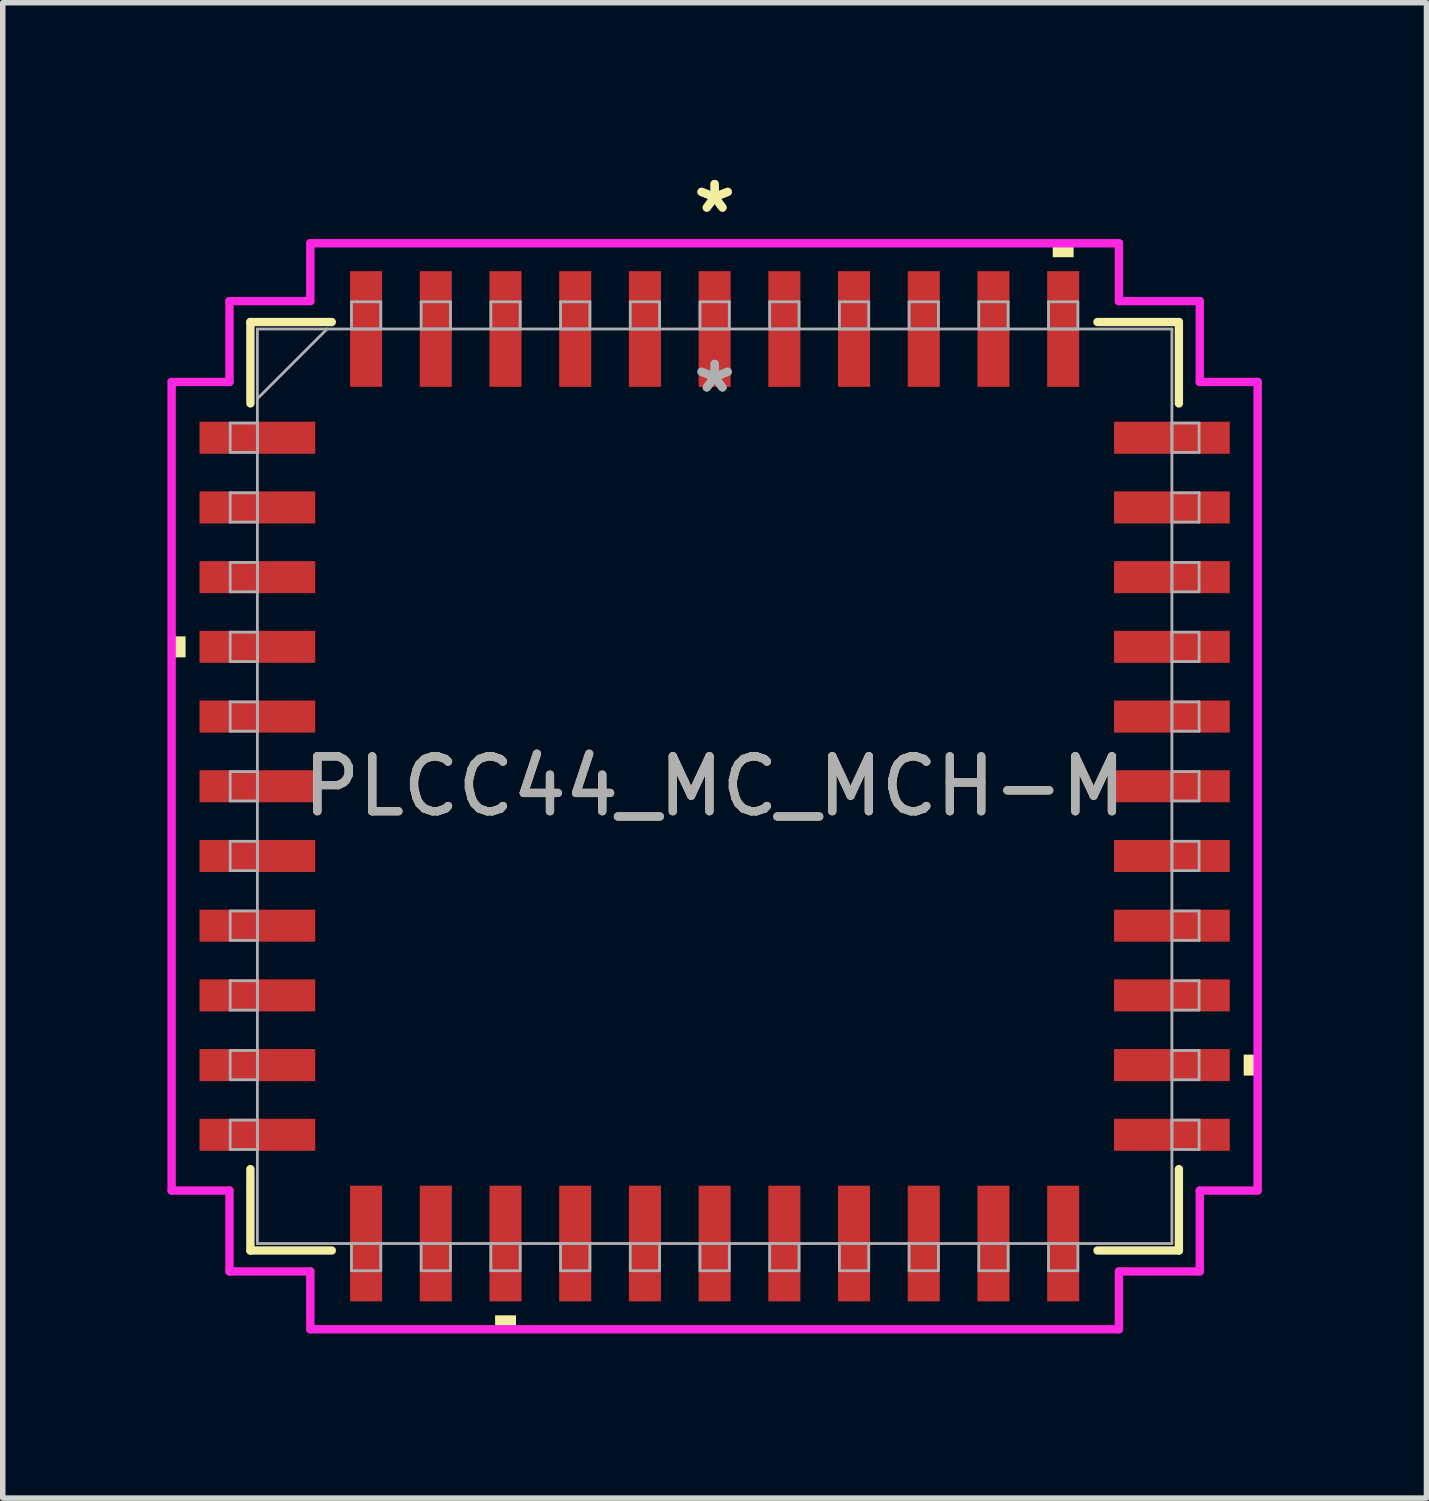
<source format=kicad_pcb>
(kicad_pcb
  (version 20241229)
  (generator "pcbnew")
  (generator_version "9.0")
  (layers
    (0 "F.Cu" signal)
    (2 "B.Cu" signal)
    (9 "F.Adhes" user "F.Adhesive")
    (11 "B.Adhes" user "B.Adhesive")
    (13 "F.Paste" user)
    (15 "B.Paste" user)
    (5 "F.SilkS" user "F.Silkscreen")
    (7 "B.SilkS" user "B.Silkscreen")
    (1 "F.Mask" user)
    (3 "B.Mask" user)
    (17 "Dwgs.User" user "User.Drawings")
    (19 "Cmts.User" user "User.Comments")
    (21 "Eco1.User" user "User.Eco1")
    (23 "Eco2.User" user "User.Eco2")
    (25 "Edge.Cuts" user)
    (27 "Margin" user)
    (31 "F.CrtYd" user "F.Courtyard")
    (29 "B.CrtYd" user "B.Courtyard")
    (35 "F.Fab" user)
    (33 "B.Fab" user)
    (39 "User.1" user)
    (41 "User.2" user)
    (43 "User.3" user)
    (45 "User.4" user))
  (footprint "PLCC44_MC_MCH-M"
    (layer "F.Cu")
    (at 9.97 11.275)
    (property "Reference" "PLCC44_MC_MCH-M" (at 0 0 0) (unlocked yes) (layer "F.SilkS") (effects (font (size 1 1) (thickness 0.15))))
    (attr smd)
    (fp_line (start -8.458 -8.458) (end -8.458 -6.975) (stroke (width 0.152) (type solid)) (layer "F.SilkS"))
    (fp_line (start -8.458 6.975) (end -8.458 8.458) (stroke (width 0.152) (type solid)) (layer "F.SilkS"))
    (fp_line (start -8.458 8.458) (end -6.975 8.458) (stroke (width 0.152) (type solid)) (layer "F.SilkS"))
    (fp_line (start -6.975 -8.458) (end -8.458 -8.458) (stroke (width 0.152) (type solid)) (layer "F.SilkS"))
    (fp_line (start 6.975 8.458) (end 8.458 8.458) (stroke (width 0.152) (type solid)) (layer "F.SilkS"))
    (fp_line (start 8.458 -8.458) (end 6.975 -8.458) (stroke (width 0.152) (type solid)) (layer "F.SilkS"))
    (fp_line (start 8.458 -6.975) (end 8.458 -8.458) (stroke (width 0.152) (type solid)) (layer "F.SilkS"))
    (fp_line (start 8.458 8.458) (end 8.458 6.975) (stroke (width 0.152) (type solid)) (layer "F.SilkS"))
    (fp_poly (pts (xy -9.893 -2.731) (xy -9.893 -2.349) (xy -9.639 -2.349) (xy -9.639 -2.731)) (stroke (width 0) (type solid)) (fill yes) (layer "F.SilkS"))
    (fp_poly (pts (xy -4 9.639) (xy -4 9.893) (xy -3.619 9.893) (xy -3.619 9.639)) (stroke (width 0) (type solid)) (fill yes) (layer "F.SilkS"))
    (fp_poly (pts (xy 6.16 -9.639) (xy 6.16 -9.893) (xy 6.54 -9.893) (xy 6.54 -9.639)) (stroke (width 0) (type solid)) (fill yes) (layer "F.SilkS"))
    (fp_poly (pts (xy 9.893 4.889) (xy 9.893 5.271) (xy 9.639 5.271) (xy 9.639 4.889)) (stroke (width 0) (type solid)) (fill yes) (layer "F.SilkS"))
    (fp_line (start -9.893 -7.366) (end -8.839 -7.366) (stroke (width 0.152) (type solid)) (layer "F.CrtYd"))
    (fp_line (start -9.893 7.366) (end -9.893 -7.366) (stroke (width 0.152) (type solid)) (layer "F.CrtYd"))
    (fp_line (start -9.893 7.366) (end -8.839 7.366) (stroke (width 0.152) (type solid)) (layer "F.CrtYd"))
    (fp_line (start -8.839 -8.839) (end -7.366 -8.839) (stroke (width 0.152) (type solid)) (layer "F.CrtYd"))
    (fp_line (start -8.839 -7.366) (end -8.839 -8.839) (stroke (width 0.152) (type solid)) (layer "F.CrtYd"))
    (fp_line (start -8.839 8.839) (end -8.839 7.366) (stroke (width 0.152) (type solid)) (layer "F.CrtYd"))
    (fp_line (start -7.366 -9.893) (end 7.366 -9.893) (stroke (width 0.152) (type solid)) (layer "F.CrtYd"))
    (fp_line (start -7.366 -8.839) (end -7.366 -9.893) (stroke (width 0.152) (type solid)) (layer "F.CrtYd"))
    (fp_line (start -7.366 8.839) (end -8.839 8.839) (stroke (width 0.152) (type solid)) (layer "F.CrtYd"))
    (fp_line (start -7.366 9.893) (end -7.366 8.839) (stroke (width 0.152) (type solid)) (layer "F.CrtYd"))
    (fp_line (start 7.366 -9.893) (end 7.366 -8.839) (stroke (width 0.152) (type solid)) (layer "F.CrtYd"))
    (fp_line (start 7.366 -8.839) (end 8.839 -8.839) (stroke (width 0.152) (type solid)) (layer "F.CrtYd"))
    (fp_line (start 7.366 8.839) (end 7.366 9.893) (stroke (width 0.152) (type solid)) (layer "F.CrtYd"))
    (fp_line (start 7.366 9.893) (end -7.366 9.893) (stroke (width 0.152) (type solid)) (layer "F.CrtYd"))
    (fp_line (start 8.839 -8.839) (end 8.839 -7.366) (stroke (width 0.152) (type solid)) (layer "F.CrtYd"))
    (fp_line (start 8.839 -7.366) (end 9.893 -7.366) (stroke (width 0.152) (type solid)) (layer "F.CrtYd"))
    (fp_line (start 8.839 7.366) (end 8.839 8.839) (stroke (width 0.152) (type solid)) (layer "F.CrtYd"))
    (fp_line (start 8.839 8.839) (end 7.366 8.839) (stroke (width 0.152) (type solid)) (layer "F.CrtYd"))
    (fp_line (start 9.893 -7.366) (end 9.893 7.366) (stroke (width 0.152) (type solid)) (layer "F.CrtYd"))
    (fp_line (start 9.893 7.366) (end 8.839 7.366) (stroke (width 0.152) (type solid)) (layer "F.CrtYd"))
    (fp_line (start -8.826 -6.617) (end -8.826 -6.083) (stroke (width 0.051) (type solid)) (layer "F.Fab"))
    (fp_line (start -8.826 -6.083) (end -8.331 -6.083) (stroke (width 0.051) (type solid)) (layer "F.Fab"))
    (fp_line (start -8.826 -5.347) (end -8.826 -4.813) (stroke (width 0.051) (type solid)) (layer "F.Fab"))
    (fp_line (start -8.826 -4.813) (end -8.331 -4.813) (stroke (width 0.051) (type solid)) (layer "F.Fab"))
    (fp_line (start -8.826 -4.077) (end -8.826 -3.543) (stroke (width 0.051) (type solid)) (layer "F.Fab"))
    (fp_line (start -8.826 -3.543) (end -8.331 -3.543) (stroke (width 0.051) (type solid)) (layer "F.Fab"))
    (fp_line (start -8.826 -2.807) (end -8.826 -2.273) (stroke (width 0.051) (type solid)) (layer "F.Fab"))
    (fp_line (start -8.826 -2.273) (end -8.331 -2.273) (stroke (width 0.051) (type solid)) (layer "F.Fab"))
    (fp_line (start -8.826 -1.537) (end -8.826 -1.003) (stroke (width 0.051) (type solid)) (layer "F.Fab"))
    (fp_line (start -8.826 -1.003) (end -8.331 -1.003) (stroke (width 0.051) (type solid)) (layer "F.Fab"))
    (fp_line (start -8.826 -0.267) (end -8.826 0.267) (stroke (width 0.051) (type solid)) (layer "F.Fab"))
    (fp_line (start -8.826 0.267) (end -8.331 0.267) (stroke (width 0.051) (type solid)) (layer "F.Fab"))
    (fp_line (start -8.826 1.003) (end -8.826 1.537) (stroke (width 0.051) (type solid)) (layer "F.Fab"))
    (fp_line (start -8.826 1.537) (end -8.331 1.537) (stroke (width 0.051) (type solid)) (layer "F.Fab"))
    (fp_line (start -8.826 2.273) (end -8.826 2.807) (stroke (width 0.051) (type solid)) (layer "F.Fab"))
    (fp_line (start -8.826 2.807) (end -8.331 2.807) (stroke (width 0.051) (type solid)) (layer "F.Fab"))
    (fp_line (start -8.826 3.543) (end -8.826 4.077) (stroke (width 0.051) (type solid)) (layer "F.Fab"))
    (fp_line (start -8.826 4.077) (end -8.331 4.077) (stroke (width 0.051) (type solid)) (layer "F.Fab"))
    (fp_line (start -8.826 4.813) (end -8.826 5.347) (stroke (width 0.051) (type solid)) (layer "F.Fab"))
    (fp_line (start -8.826 5.347) (end -8.331 5.347) (stroke (width 0.051) (type solid)) (layer "F.Fab"))
    (fp_line (start -8.826 6.083) (end -8.826 6.617) (stroke (width 0.051) (type solid)) (layer "F.Fab"))
    (fp_line (start -8.826 6.617) (end -8.331 6.617) (stroke (width 0.051) (type solid)) (layer "F.Fab"))
    (fp_line (start -8.331 -8.331) (end -8.331 8.331) (stroke (width 0.051) (type solid)) (layer "F.Fab"))
    (fp_line (start -8.331 -7.061) (end -7.061 -8.331) (stroke (width 0.051) (type solid)) (layer "F.Fab"))
    (fp_line (start -8.331 -6.617) (end -8.826 -6.617) (stroke (width 0.051) (type solid)) (layer "F.Fab"))
    (fp_line (start -8.331 -6.083) (end -8.331 -6.617) (stroke (width 0.051) (type solid)) (layer "F.Fab"))
    (fp_line (start -8.331 -5.347) (end -8.826 -5.347) (stroke (width 0.051) (type solid)) (layer "F.Fab"))
    (fp_line (start -8.331 -4.813) (end -8.331 -5.347) (stroke (width 0.051) (type solid)) (layer "F.Fab"))
    (fp_line (start -8.331 -4.077) (end -8.826 -4.077) (stroke (width 0.051) (type solid)) (layer "F.Fab"))
    (fp_line (start -8.331 -3.543) (end -8.331 -4.077) (stroke (width 0.051) (type solid)) (layer "F.Fab"))
    (fp_line (start -8.331 -2.807) (end -8.826 -2.807) (stroke (width 0.051) (type solid)) (layer "F.Fab"))
    (fp_line (start -8.331 -2.273) (end -8.331 -2.807) (stroke (width 0.051) (type solid)) (layer "F.Fab"))
    (fp_line (start -8.331 -1.537) (end -8.826 -1.537) (stroke (width 0.051) (type solid)) (layer "F.Fab"))
    (fp_line (start -8.331 -1.003) (end -8.331 -1.537) (stroke (width 0.051) (type solid)) (layer "F.Fab"))
    (fp_line (start -8.331 -0.267) (end -8.826 -0.267) (stroke (width 0.051) (type solid)) (layer "F.Fab"))
    (fp_line (start -8.331 0.267) (end -8.331 -0.267) (stroke (width 0.051) (type solid)) (layer "F.Fab"))
    (fp_line (start -8.331 1.003) (end -8.826 1.003) (stroke (width 0.051) (type solid)) (layer "F.Fab"))
    (fp_line (start -8.331 1.537) (end -8.331 1.003) (stroke (width 0.051) (type solid)) (layer "F.Fab"))
    (fp_line (start -8.331 2.273) (end -8.826 2.273) (stroke (width 0.051) (type solid)) (layer "F.Fab"))
    (fp_line (start -8.331 2.807) (end -8.331 2.273) (stroke (width 0.051) (type solid)) (layer "F.Fab"))
    (fp_line (start -8.331 3.543) (end -8.826 3.543) (stroke (width 0.051) (type solid)) (layer "F.Fab"))
    (fp_line (start -8.331 4.077) (end -8.331 3.543) (stroke (width 0.051) (type solid)) (layer "F.Fab"))
    (fp_line (start -8.331 4.813) (end -8.826 4.813) (stroke (width 0.051) (type solid)) (layer "F.Fab"))
    (fp_line (start -8.331 5.347) (end -8.331 4.813) (stroke (width 0.051) (type solid)) (layer "F.Fab"))
    (fp_line (start -8.331 6.083) (end -8.826 6.083) (stroke (width 0.051) (type solid)) (layer "F.Fab"))
    (fp_line (start -8.331 6.617) (end -8.331 6.083) (stroke (width 0.051) (type solid)) (layer "F.Fab"))
    (fp_line (start -8.331 8.331) (end 8.331 8.331) (stroke (width 0.051) (type solid)) (layer "F.Fab"))
    (fp_line (start -6.617 -8.826) (end -6.617 -8.331) (stroke (width 0.051) (type solid)) (layer "F.Fab"))
    (fp_line (start -6.617 -8.331) (end -6.083 -8.331) (stroke (width 0.051) (type solid)) (layer "F.Fab"))
    (fp_line (start -6.617 8.331) (end -6.617 8.826) (stroke (width 0.051) (type solid)) (layer "F.Fab"))
    (fp_line (start -6.617 8.826) (end -6.083 8.826) (stroke (width 0.051) (type solid)) (layer "F.Fab"))
    (fp_line (start -6.083 -8.826) (end -6.617 -8.826) (stroke (width 0.051) (type solid)) (layer "F.Fab"))
    (fp_line (start -6.083 -8.331) (end -6.083 -8.826) (stroke (width 0.051) (type solid)) (layer "F.Fab"))
    (fp_line (start -6.083 8.331) (end -6.617 8.331) (stroke (width 0.051) (type solid)) (layer "F.Fab"))
    (fp_line (start -6.083 8.826) (end -6.083 8.331) (stroke (width 0.051) (type solid)) (layer "F.Fab"))
    (fp_line (start -5.347 -8.826) (end -5.347 -8.331) (stroke (width 0.051) (type solid)) (layer "F.Fab"))
    (fp_line (start -5.347 -8.331) (end -4.813 -8.331) (stroke (width 0.051) (type solid)) (layer "F.Fab"))
    (fp_line (start -5.347 8.331) (end -5.347 8.826) (stroke (width 0.051) (type solid)) (layer "F.Fab"))
    (fp_line (start -5.347 8.826) (end -4.813 8.826) (stroke (width 0.051) (type solid)) (layer "F.Fab"))
    (fp_line (start -4.813 -8.826) (end -5.347 -8.826) (stroke (width 0.051) (type solid)) (layer "F.Fab"))
    (fp_line (start -4.813 -8.331) (end -4.813 -8.826) (stroke (width 0.051) (type solid)) (layer "F.Fab"))
    (fp_line (start -4.813 8.331) (end -5.347 8.331) (stroke (width 0.051) (type solid)) (layer "F.Fab"))
    (fp_line (start -4.813 8.826) (end -4.813 8.331) (stroke (width 0.051) (type solid)) (layer "F.Fab"))
    (fp_line (start -4.077 -8.826) (end -4.077 -8.331) (stroke (width 0.051) (type solid)) (layer "F.Fab"))
    (fp_line (start -4.077 -8.331) (end -3.543 -8.331) (stroke (width 0.051) (type solid)) (layer "F.Fab"))
    (fp_line (start -4.077 8.331) (end -4.077 8.826) (stroke (width 0.051) (type solid)) (layer "F.Fab"))
    (fp_line (start -4.077 8.826) (end -3.543 8.826) (stroke (width 0.051) (type solid)) (layer "F.Fab"))
    (fp_line (start -3.543 -8.826) (end -4.077 -8.826) (stroke (width 0.051) (type solid)) (layer "F.Fab"))
    (fp_line (start -3.543 -8.331) (end -3.543 -8.826) (stroke (width 0.051) (type solid)) (layer "F.Fab"))
    (fp_line (start -3.543 8.331) (end -4.077 8.331) (stroke (width 0.051) (type solid)) (layer "F.Fab"))
    (fp_line (start -3.543 8.826) (end -3.543 8.331) (stroke (width 0.051) (type solid)) (layer "F.Fab"))
    (fp_line (start -2.807 -8.826) (end -2.807 -8.331) (stroke (width 0.051) (type solid)) (layer "F.Fab"))
    (fp_line (start -2.807 -8.331) (end -2.273 -8.331) (stroke (width 0.051) (type solid)) (layer "F.Fab"))
    (fp_line (start -2.807 8.331) (end -2.807 8.826) (stroke (width 0.051) (type solid)) (layer "F.Fab"))
    (fp_line (start -2.807 8.826) (end -2.273 8.826) (stroke (width 0.051) (type solid)) (layer "F.Fab"))
    (fp_line (start -2.273 -8.826) (end -2.807 -8.826) (stroke (width 0.051) (type solid)) (layer "F.Fab"))
    (fp_line (start -2.273 -8.331) (end -2.273 -8.826) (stroke (width 0.051) (type solid)) (layer "F.Fab"))
    (fp_line (start -2.273 8.331) (end -2.807 8.331) (stroke (width 0.051) (type solid)) (layer "F.Fab"))
    (fp_line (start -2.273 8.826) (end -2.273 8.331) (stroke (width 0.051) (type solid)) (layer "F.Fab"))
    (fp_line (start -1.537 -8.826) (end -1.537 -8.331) (stroke (width 0.051) (type solid)) (layer "F.Fab"))
    (fp_line (start -1.537 -8.331) (end -1.003 -8.331) (stroke (width 0.051) (type solid)) (layer "F.Fab"))
    (fp_line (start -1.537 8.331) (end -1.537 8.826) (stroke (width 0.051) (type solid)) (layer "F.Fab"))
    (fp_line (start -1.537 8.826) (end -1.003 8.826) (stroke (width 0.051) (type solid)) (layer "F.Fab"))
    (fp_line (start -1.003 -8.826) (end -1.537 -8.826) (stroke (width 0.051) (type solid)) (layer "F.Fab"))
    (fp_line (start -1.003 -8.331) (end -1.003 -8.826) (stroke (width 0.051) (type solid)) (layer "F.Fab"))
    (fp_line (start -1.003 8.331) (end -1.537 8.331) (stroke (width 0.051) (type solid)) (layer "F.Fab"))
    (fp_line (start -1.003 8.826) (end -1.003 8.331) (stroke (width 0.051) (type solid)) (layer "F.Fab"))
    (fp_line (start -0.267 -8.826) (end -0.267 -8.331) (stroke (width 0.051) (type solid)) (layer "F.Fab"))
    (fp_line (start -0.267 -8.331) (end 0.267 -8.331) (stroke (width 0.051) (type solid)) (layer "F.Fab"))
    (fp_line (start -0.267 8.331) (end -0.267 8.826) (stroke (width 0.051) (type solid)) (layer "F.Fab"))
    (fp_line (start -0.267 8.826) (end 0.267 8.826) (stroke (width 0.051) (type solid)) (layer "F.Fab"))
    (fp_line (start 0.267 -8.826) (end -0.267 -8.826) (stroke (width 0.051) (type solid)) (layer "F.Fab"))
    (fp_line (start 0.267 -8.331) (end 0.267 -8.826) (stroke (width 0.051) (type solid)) (layer "F.Fab"))
    (fp_line (start 0.267 8.331) (end -0.267 8.331) (stroke (width 0.051) (type solid)) (layer "F.Fab"))
    (fp_line (start 0.267 8.826) (end 0.267 8.331) (stroke (width 0.051) (type solid)) (layer "F.Fab"))
    (fp_line (start 1.003 -8.826) (end 1.003 -8.331) (stroke (width 0.051) (type solid)) (layer "F.Fab"))
    (fp_line (start 1.003 -8.331) (end 1.537 -8.331) (stroke (width 0.051) (type solid)) (layer "F.Fab"))
    (fp_line (start 1.003 8.331) (end 1.003 8.826) (stroke (width 0.051) (type solid)) (layer "F.Fab"))
    (fp_line (start 1.003 8.826) (end 1.537 8.826) (stroke (width 0.051) (type solid)) (layer "F.Fab"))
    (fp_line (start 1.537 -8.826) (end 1.003 -8.826) (stroke (width 0.051) (type solid)) (layer "F.Fab"))
    (fp_line (start 1.537 -8.331) (end 1.537 -8.826) (stroke (width 0.051) (type solid)) (layer "F.Fab"))
    (fp_line (start 1.537 8.331) (end 1.003 8.331) (stroke (width 0.051) (type solid)) (layer "F.Fab"))
    (fp_line (start 1.537 8.826) (end 1.537 8.331) (stroke (width 0.051) (type solid)) (layer "F.Fab"))
    (fp_line (start 2.273 -8.826) (end 2.273 -8.331) (stroke (width 0.051) (type solid)) (layer "F.Fab"))
    (fp_line (start 2.273 -8.331) (end 2.807 -8.331) (stroke (width 0.051) (type solid)) (layer "F.Fab"))
    (fp_line (start 2.273 8.331) (end 2.273 8.826) (stroke (width 0.051) (type solid)) (layer "F.Fab"))
    (fp_line (start 2.273 8.826) (end 2.807 8.826) (stroke (width 0.051) (type solid)) (layer "F.Fab"))
    (fp_line (start 2.807 -8.826) (end 2.273 -8.826) (stroke (width 0.051) (type solid)) (layer "F.Fab"))
    (fp_line (start 2.807 -8.331) (end 2.807 -8.826) (stroke (width 0.051) (type solid)) (layer "F.Fab"))
    (fp_line (start 2.807 8.331) (end 2.273 8.331) (stroke (width 0.051) (type solid)) (layer "F.Fab"))
    (fp_line (start 2.807 8.826) (end 2.807 8.331) (stroke (width 0.051) (type solid)) (layer "F.Fab"))
    (fp_line (start 3.543 -8.826) (end 3.543 -8.331) (stroke (width 0.051) (type solid)) (layer "F.Fab"))
    (fp_line (start 3.543 -8.331) (end 4.077 -8.331) (stroke (width 0.051) (type solid)) (layer "F.Fab"))
    (fp_line (start 3.543 8.331) (end 3.543 8.826) (stroke (width 0.051) (type solid)) (layer "F.Fab"))
    (fp_line (start 3.543 8.826) (end 4.077 8.826) (stroke (width 0.051) (type solid)) (layer "F.Fab"))
    (fp_line (start 4.077 -8.826) (end 3.543 -8.826) (stroke (width 0.051) (type solid)) (layer "F.Fab"))
    (fp_line (start 4.077 -8.331) (end 4.077 -8.826) (stroke (width 0.051) (type solid)) (layer "F.Fab"))
    (fp_line (start 4.077 8.331) (end 3.543 8.331) (stroke (width 0.051) (type solid)) (layer "F.Fab"))
    (fp_line (start 4.077 8.826) (end 4.077 8.331) (stroke (width 0.051) (type solid)) (layer "F.Fab"))
    (fp_line (start 4.813 -8.826) (end 4.813 -8.331) (stroke (width 0.051) (type solid)) (layer "F.Fab"))
    (fp_line (start 4.813 -8.331) (end 5.347 -8.331) (stroke (width 0.051) (type solid)) (layer "F.Fab"))
    (fp_line (start 4.813 8.331) (end 4.813 8.826) (stroke (width 0.051) (type solid)) (layer "F.Fab"))
    (fp_line (start 4.813 8.826) (end 5.347 8.826) (stroke (width 0.051) (type solid)) (layer "F.Fab"))
    (fp_line (start 5.347 -8.826) (end 4.813 -8.826) (stroke (width 0.051) (type solid)) (layer "F.Fab"))
    (fp_line (start 5.347 -8.331) (end 5.347 -8.826) (stroke (width 0.051) (type solid)) (layer "F.Fab"))
    (fp_line (start 5.347 8.331) (end 4.813 8.331) (stroke (width 0.051) (type solid)) (layer "F.Fab"))
    (fp_line (start 5.347 8.826) (end 5.347 8.331) (stroke (width 0.051) (type solid)) (layer "F.Fab"))
    (fp_line (start 6.083 -8.826) (end 6.083 -8.331) (stroke (width 0.051) (type solid)) (layer "F.Fab"))
    (fp_line (start 6.083 -8.331) (end 6.617 -8.331) (stroke (width 0.051) (type solid)) (layer "F.Fab"))
    (fp_line (start 6.083 8.331) (end 6.083 8.826) (stroke (width 0.051) (type solid)) (layer "F.Fab"))
    (fp_line (start 6.083 8.826) (end 6.617 8.826) (stroke (width 0.051) (type solid)) (layer "F.Fab"))
    (fp_line (start 6.617 -8.826) (end 6.083 -8.826) (stroke (width 0.051) (type solid)) (layer "F.Fab"))
    (fp_line (start 6.617 -8.331) (end 6.617 -8.826) (stroke (width 0.051) (type solid)) (layer "F.Fab"))
    (fp_line (start 6.617 8.331) (end 6.083 8.331) (stroke (width 0.051) (type solid)) (layer "F.Fab"))
    (fp_line (start 6.617 8.826) (end 6.617 8.331) (stroke (width 0.051) (type solid)) (layer "F.Fab"))
    (fp_line (start 8.331 -8.331) (end -8.331 -8.331) (stroke (width 0.051) (type solid)) (layer "F.Fab"))
    (fp_line (start 8.331 -6.617) (end 8.331 -6.083) (stroke (width 0.051) (type solid)) (layer "F.Fab"))
    (fp_line (start 8.331 -6.083) (end 8.826 -6.083) (stroke (width 0.051) (type solid)) (layer "F.Fab"))
    (fp_line (start 8.331 -5.347) (end 8.331 -4.813) (stroke (width 0.051) (type solid)) (layer "F.Fab"))
    (fp_line (start 8.331 -4.813) (end 8.826 -4.813) (stroke (width 0.051) (type solid)) (layer "F.Fab"))
    (fp_line (start 8.331 -4.077) (end 8.331 -3.543) (stroke (width 0.051) (type solid)) (layer "F.Fab"))
    (fp_line (start 8.331 -3.543) (end 8.826 -3.543) (stroke (width 0.051) (type solid)) (layer "F.Fab"))
    (fp_line (start 8.331 -2.807) (end 8.331 -2.273) (stroke (width 0.051) (type solid)) (layer "F.Fab"))
    (fp_line (start 8.331 -2.273) (end 8.826 -2.273) (stroke (width 0.051) (type solid)) (layer "F.Fab"))
    (fp_line (start 8.331 -1.537) (end 8.331 -1.003) (stroke (width 0.051) (type solid)) (layer "F.Fab"))
    (fp_line (start 8.331 -1.003) (end 8.826 -1.003) (stroke (width 0.051) (type solid)) (layer "F.Fab"))
    (fp_line (start 8.331 -0.267) (end 8.331 0.267) (stroke (width 0.051) (type solid)) (layer "F.Fab"))
    (fp_line (start 8.331 0.267) (end 8.826 0.267) (stroke (width 0.051) (type solid)) (layer "F.Fab"))
    (fp_line (start 8.331 1.003) (end 8.331 1.537) (stroke (width 0.051) (type solid)) (layer "F.Fab"))
    (fp_line (start 8.331 1.537) (end 8.826 1.537) (stroke (width 0.051) (type solid)) (layer "F.Fab"))
    (fp_line (start 8.331 2.273) (end 8.331 2.807) (stroke (width 0.051) (type solid)) (layer "F.Fab"))
    (fp_line (start 8.331 2.807) (end 8.826 2.807) (stroke (width 0.051) (type solid)) (layer "F.Fab"))
    (fp_line (start 8.331 3.543) (end 8.331 4.077) (stroke (width 0.051) (type solid)) (layer "F.Fab"))
    (fp_line (start 8.331 4.077) (end 8.826 4.077) (stroke (width 0.051) (type solid)) (layer "F.Fab"))
    (fp_line (start 8.331 4.813) (end 8.331 5.347) (stroke (width 0.051) (type solid)) (layer "F.Fab"))
    (fp_line (start 8.331 5.347) (end 8.826 5.347) (stroke (width 0.051) (type solid)) (layer "F.Fab"))
    (fp_line (start 8.331 6.083) (end 8.331 6.617) (stroke (width 0.051) (type solid)) (layer "F.Fab"))
    (fp_line (start 8.331 6.617) (end 8.826 6.617) (stroke (width 0.051) (type solid)) (layer "F.Fab"))
    (fp_line (start 8.331 8.331) (end 8.331 -8.331) (stroke (width 0.051) (type solid)) (layer "F.Fab"))
    (fp_line (start 8.826 -6.617) (end 8.331 -6.617) (stroke (width 0.051) (type solid)) (layer "F.Fab"))
    (fp_line (start 8.826 -6.083) (end 8.826 -6.617) (stroke (width 0.051) (type solid)) (layer "F.Fab"))
    (fp_line (start 8.826 -5.347) (end 8.331 -5.347) (stroke (width 0.051) (type solid)) (layer "F.Fab"))
    (fp_line (start 8.826 -4.813) (end 8.826 -5.347) (stroke (width 0.051) (type solid)) (layer "F.Fab"))
    (fp_line (start 8.826 -4.077) (end 8.331 -4.077) (stroke (width 0.051) (type solid)) (layer "F.Fab"))
    (fp_line (start 8.826 -3.543) (end 8.826 -4.077) (stroke (width 0.051) (type solid)) (layer "F.Fab"))
    (fp_line (start 8.826 -2.807) (end 8.331 -2.807) (stroke (width 0.051) (type solid)) (layer "F.Fab"))
    (fp_line (start 8.826 -2.273) (end 8.826 -2.807) (stroke (width 0.051) (type solid)) (layer "F.Fab"))
    (fp_line (start 8.826 -1.537) (end 8.331 -1.537) (stroke (width 0.051) (type solid)) (layer "F.Fab"))
    (fp_line (start 8.826 -1.003) (end 8.826 -1.537) (stroke (width 0.051) (type solid)) (layer "F.Fab"))
    (fp_line (start 8.826 -0.267) (end 8.331 -0.267) (stroke (width 0.051) (type solid)) (layer "F.Fab"))
    (fp_line (start 8.826 0.267) (end 8.826 -0.267) (stroke (width 0.051) (type solid)) (layer "F.Fab"))
    (fp_line (start 8.826 1.003) (end 8.331 1.003) (stroke (width 0.051) (type solid)) (layer "F.Fab"))
    (fp_line (start 8.826 1.537) (end 8.826 1.003) (stroke (width 0.051) (type solid)) (layer "F.Fab"))
    (fp_line (start 8.826 2.273) (end 8.331 2.273) (stroke (width 0.051) (type solid)) (layer "F.Fab"))
    (fp_line (start 8.826 2.807) (end 8.826 2.273) (stroke (width 0.051) (type solid)) (layer "F.Fab"))
    (fp_line (start 8.826 3.543) (end 8.331 3.543) (stroke (width 0.051) (type solid)) (layer "F.Fab"))
    (fp_line (start 8.826 4.077) (end 8.826 3.543) (stroke (width 0.051) (type solid)) (layer "F.Fab"))
    (fp_line (start 8.826 4.813) (end 8.331 4.813) (stroke (width 0.051) (type solid)) (layer "F.Fab"))
    (fp_line (start 8.826 5.347) (end 8.826 4.813) (stroke (width 0.051) (type solid)) (layer "F.Fab"))
    (fp_line (start 8.826 6.083) (end 8.331 6.083) (stroke (width 0.051) (type solid)) (layer "F.Fab"))
    (fp_line (start 8.826 6.617) (end 8.826 6.083) (stroke (width 0.051) (type solid)) (layer "F.Fab"))
    (fp_text user "*" (at 0 -10.427 0) (unlocked yes) (layer "F.SilkS") (effects (font (size 1 1) (thickness 0.15))))
    (fp_text user "*" (at 0 -10.427 0) (layer "F.SilkS") (effects (font (size 1 1) (thickness 0.15))))
    (fp_text user "*" (at 0 -7.15 0) (layer "F.Fab") (effects (font (size 1 1) (thickness 0.15))))
    (fp_text user "*" (at 0 -7.15 0) (unlocked yes) (layer "F.Fab") (effects (font (size 1 1) (thickness 0.15))))
    (fp_text user "${REFERENCE}" (at 0 0 0) (unlocked yes) (layer "F.Fab") (effects (font (size 1 1) (thickness 0.15))))
    (pad "1" smd rect (at 0 -8.331) (size 0.584 2.108) (layers "F.Cu" "F.Mask" "F.Paste"))
    (pad "2" smd rect (at -1.27 -8.331) (size 0.584 2.108) (layers "F.Cu" "F.Mask" "F.Paste"))
    (pad "3" smd rect (at -2.54 -8.331) (size 0.584 2.108) (layers "F.Cu" "F.Mask" "F.Paste"))
    (pad "4" smd rect (at -3.81 -8.331) (size 0.584 2.108) (layers "F.Cu" "F.Mask" "F.Paste"))
    (pad "5" smd rect (at -5.08 -8.331) (size 0.584 2.108) (layers "F.Cu" "F.Mask" "F.Paste"))
    (pad "6" smd rect (at -6.35 -8.331) (size 0.584 2.108) (layers "F.Cu" "F.Mask" "F.Paste"))
    (pad "7" smd rect (at -8.331 -6.35 90) (size 0.584 2.108) (layers "F.Cu" "F.Mask" "F.Paste"))
    (pad "8" smd rect (at -8.331 -5.08 90) (size 0.584 2.108) (layers "F.Cu" "F.Mask" "F.Paste"))
    (pad "9" smd rect (at -8.331 -3.81 90) (size 0.584 2.108) (layers "F.Cu" "F.Mask" "F.Paste"))
    (pad "10" smd rect (at -8.331 -2.54 90) (size 0.584 2.108) (layers "F.Cu" "F.Mask" "F.Paste"))
    (pad "11" smd rect (at -8.331 -1.27 90) (size 0.584 2.108) (layers "F.Cu" "F.Mask" "F.Paste"))
    (pad "12" smd rect (at -8.331 0 90) (size 0.584 2.108) (layers "F.Cu" "F.Mask" "F.Paste"))
    (pad "13" smd rect (at -8.331 1.27 90) (size 0.584 2.108) (layers "F.Cu" "F.Mask" "F.Paste"))
    (pad "14" smd rect (at -8.331 2.54 90) (size 0.584 2.108) (layers "F.Cu" "F.Mask" "F.Paste"))
    (pad "15" smd rect (at -8.331 3.81 90) (size 0.584 2.108) (layers "F.Cu" "F.Mask" "F.Paste"))
    (pad "16" smd rect (at -8.331 5.08 90) (size 0.584 2.108) (layers "F.Cu" "F.Mask" "F.Paste"))
    (pad "17" smd rect (at -8.331 6.35 90) (size 0.584 2.108) (layers "F.Cu" "F.Mask" "F.Paste"))
    (pad "18" smd rect (at -6.35 8.331) (size 0.584 2.108) (layers "F.Cu" "F.Mask" "F.Paste"))
    (pad "19" smd rect (at -5.08 8.331) (size 0.584 2.108) (layers "F.Cu" "F.Mask" "F.Paste"))
    (pad "20" smd rect (at -3.81 8.331) (size 0.584 2.108) (layers "F.Cu" "F.Mask" "F.Paste"))
    (pad "21" smd rect (at -2.54 8.331) (size 0.584 2.108) (layers "F.Cu" "F.Mask" "F.Paste"))
    (pad "22" smd rect (at -1.27 8.331) (size 0.584 2.108) (layers "F.Cu" "F.Mask" "F.Paste"))
    (pad "23" smd rect (at 0 8.331) (size 0.584 2.108) (layers "F.Cu" "F.Mask" "F.Paste"))
    (pad "24" smd rect (at 1.27 8.331) (size 0.584 2.108) (layers "F.Cu" "F.Mask" "F.Paste"))
    (pad "25" smd rect (at 2.54 8.331) (size 0.584 2.108) (layers "F.Cu" "F.Mask" "F.Paste"))
    (pad "26" smd rect (at 3.81 8.331) (size 0.584 2.108) (layers "F.Cu" "F.Mask" "F.Paste"))
    (pad "27" smd rect (at 5.08 8.331) (size 0.584 2.108) (layers "F.Cu" "F.Mask" "F.Paste"))
    (pad "28" smd rect (at 6.35 8.331) (size 0.584 2.108) (layers "F.Cu" "F.Mask" "F.Paste"))
    (pad "29" smd rect (at 8.331 6.35 90) (size 0.584 2.108) (layers "F.Cu" "F.Mask" "F.Paste"))
    (pad "30" smd rect (at 8.331 5.08 90) (size 0.584 2.108) (layers "F.Cu" "F.Mask" "F.Paste"))
    (pad "31" smd rect (at 8.331 3.81 90) (size 0.584 2.108) (layers "F.Cu" "F.Mask" "F.Paste"))
    (pad "32" smd rect (at 8.331 2.54 90) (size 0.584 2.108) (layers "F.Cu" "F.Mask" "F.Paste"))
    (pad "33" smd rect (at 8.331 1.27 90) (size 0.584 2.108) (layers "F.Cu" "F.Mask" "F.Paste"))
    (pad "34" smd rect (at 8.331 0 90) (size 0.584 2.108) (layers "F.Cu" "F.Mask" "F.Paste"))
    (pad "35" smd rect (at 8.331 -1.27 90) (size 0.584 2.108) (layers "F.Cu" "F.Mask" "F.Paste"))
    (pad "36" smd rect (at 8.331 -2.54 90) (size 0.584 2.108) (layers "F.Cu" "F.Mask" "F.Paste"))
    (pad "37" smd rect (at 8.331 -3.81 90) (size 0.584 2.108) (layers "F.Cu" "F.Mask" "F.Paste"))
    (pad "38" smd rect (at 8.331 -5.08 90) (size 0.584 2.108) (layers "F.Cu" "F.Mask" "F.Paste"))
    (pad "39" smd rect (at 8.331 -6.35 90) (size 0.584 2.108) (layers "F.Cu" "F.Mask" "F.Paste"))
    (pad "40" smd rect (at 6.35 -8.331) (size 0.584 2.108) (layers "F.Cu" "F.Mask" "F.Paste"))
    (pad "41" smd rect (at 5.08 -8.331) (size 0.584 2.108) (layers "F.Cu" "F.Mask" "F.Paste"))
    (pad "42" smd rect (at 3.81 -8.331) (size 0.584 2.108) (layers "F.Cu" "F.Mask" "F.Paste"))
    (pad "43" smd rect (at 2.54 -8.331) (size 0.584 2.108) (layers "F.Cu" "F.Mask" "F.Paste"))
    (pad "44" smd rect (at 1.27 -8.331) (size 0.584 2.108) (layers "F.Cu" "F.Mask" "F.Paste")))
  (gr_rect
    (start -3 -3)
    (end 22.939 24.244)
    (stroke (width 0.1) (type default))
    (fill no)
    (layer "Edge.Cuts")))
</source>
